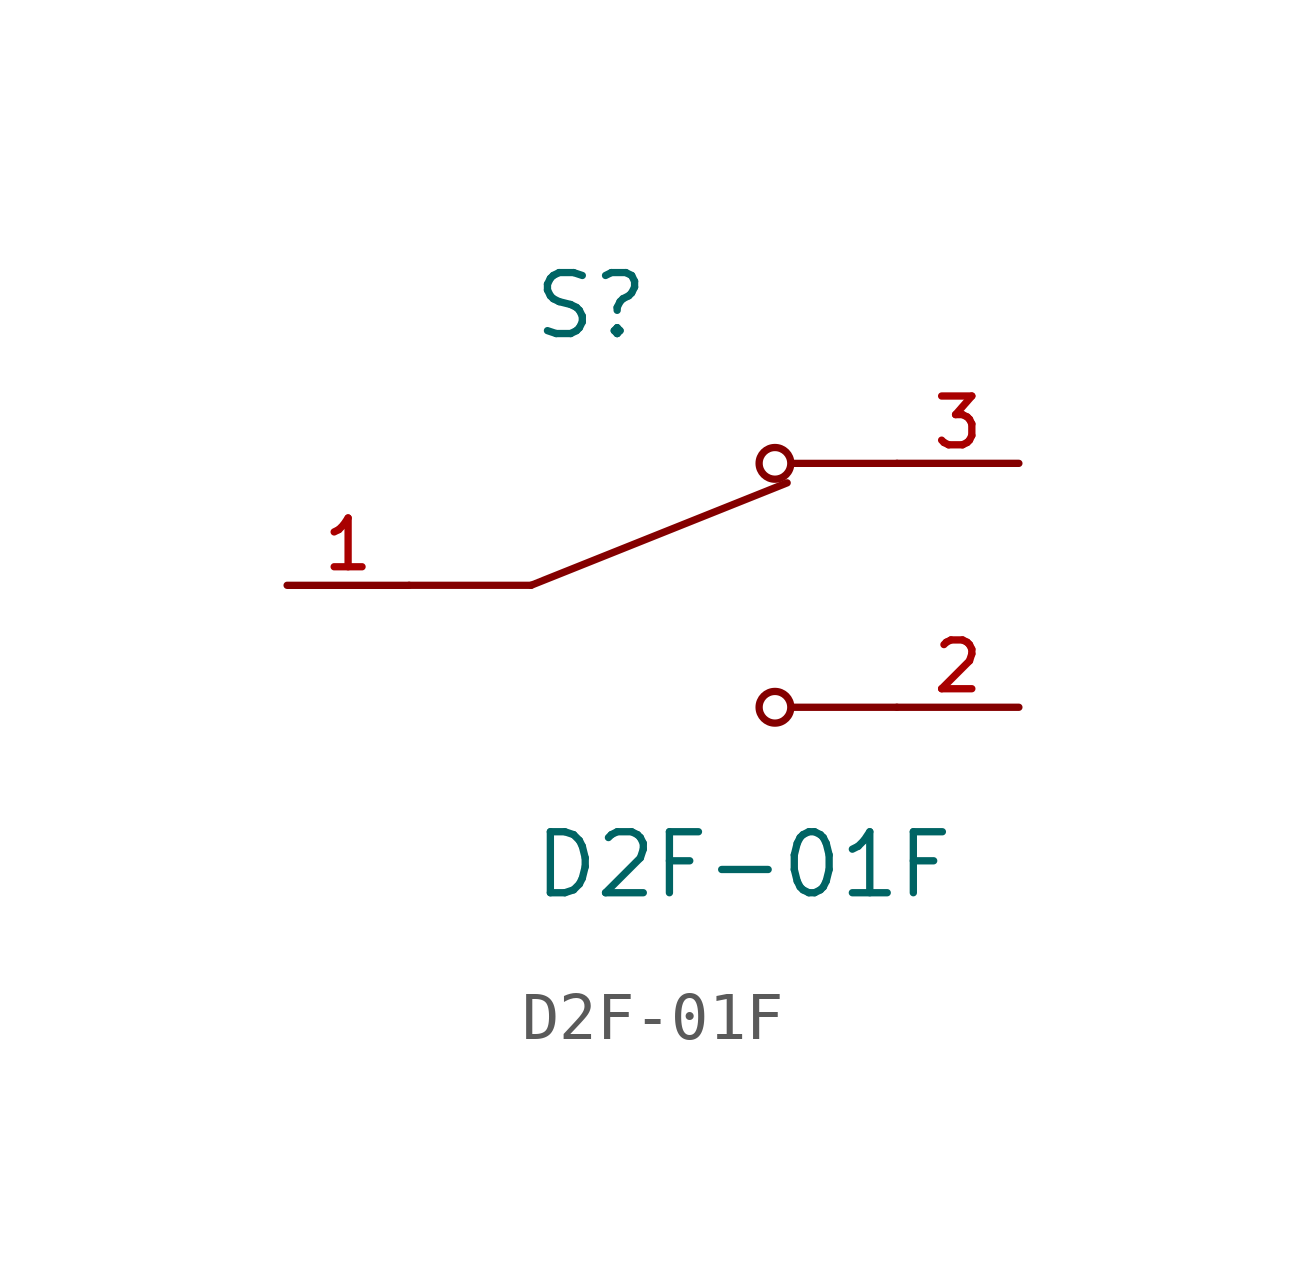
<source format=kicad_sym>
(kicad_symbol_lib
  (version 20231120)
  (generator "kicad_symbol_editor")
  (generator_version "8.0")
  (symbol "D2F-01F"
    (pin_names
      (offset 1.016))
    (property "Reference" "S"
      (at -2.54 5.08 0)
      (effects (font (size 1.27 1.27)) (justify left bottom)))
    (property "Value" "D2F-01F"
      (at -2.54 -5.08 0)
      (effects (font (size 1.27 1.27)) (justify left top)))
    (symbol "D2F-01F_0_0"
      (polyline (pts (xy -2.54 0) (xy -5.08 0)) (stroke (width 0.152) (type default)) (fill (type none)))
      (polyline (pts (xy -2.54 0) (xy 2.794 2.134)) (stroke (width 0.152) (type default)) (fill (type none)))
      (polyline (pts (xy 5.08 -2.54) (xy 2.921 -2.54)) (stroke (width 0.152) (type default)) (fill (type none)))
      (polyline (pts (xy 5.08 2.54) (xy 2.921 2.54)) (stroke (width 0.152) (type default)) (fill (type none)))
      (circle (center 2.54 -2.54) (radius 0.33) (stroke (width 0.152) (type default)) (fill (type none)))
      (circle (center 2.54 2.54) (radius 0.33) (stroke (width 0.152) (type default)) (fill (type none)))
      (pin passive line (at -7.62 0 0) (length 2.54) (name "~" (effects (font (size 1.016 1.016)))) (number "1" (effects (font (size 1.016 1.016)))))
      (pin passive line (at 7.62 -2.54 180) (length 2.54) (name "~" (effects (font (size 1.016 1.016)))) (number "2" (effects (font (size 1.016 1.016)))))
      (pin passive line (at 7.62 2.54 180) (length 2.54) (name "~" (effects (font (size 1.016 1.016)))) (number "3" (effects (font (size 1.016 1.016))))))))
</source>
